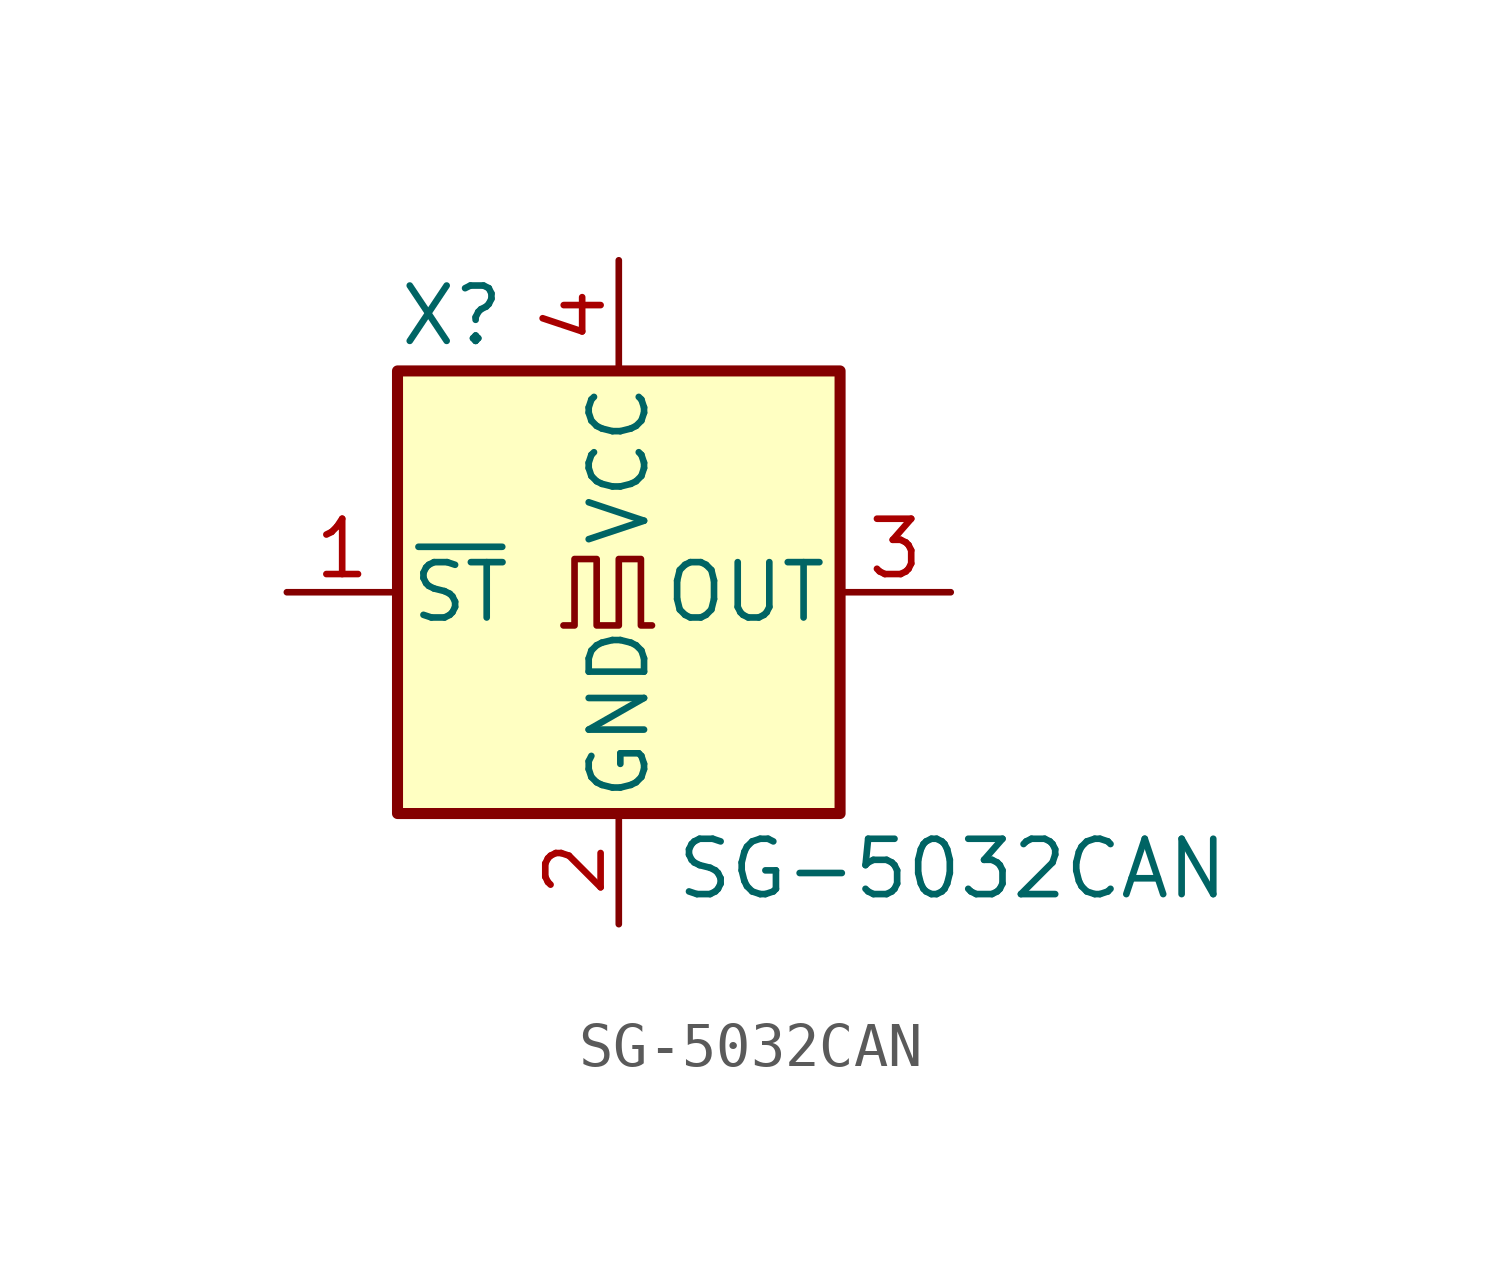
<source format=kicad_sym>
(kicad_symbol_lib
  (version 20231120)
  (generator "kicad_symbol_editor")
  (generator_version "8.0")
  (symbol "SG-5032CAN"
    (pin_names
      (offset 0.254))
    (property "Reference" "X"
      (at -5.08 6.35 0)
      (effects (font (size 1.27 1.27)) (justify left)))
    (property "Value" "SG-5032CAN"
      (at 1.27 -6.35 0)
      (effects (font (size 1.27 1.27)) (justify left)))
    (symbol "SG-5032CAN_0_1"
      (rectangle (start -5.08 5.08) (end 5.08 -5.08) (stroke (width 0.254) (type default)) (fill (type background)))
      (polyline (pts (xy -1.27 -0.762) (xy -1.016 -0.762) (xy -1.016 0.762) (xy -0.508 0.762) (xy -0.508 -0.762) (xy 0 -0.762) (xy 0 0.762) (xy 0.508 0.762) (xy 0.508 -0.762) (xy 0.762 -0.762)) (stroke (width 0) (type default)) (fill (type none))))
    (symbol "SG-5032CAN_1_1"
      (pin input line (at -7.62 0 0) (length 2.54) (name "~{ST}" (effects (font (size 1.27 1.27)))) (number "1" (effects (font (size 1.27 1.27)))))
      (pin power_in line (at 0 -7.62 90) (length 2.54) (name "GND" (effects (font (size 1.27 1.27)))) (number "2" (effects (font (size 1.27 1.27)))))
      (pin output line (at 7.62 0 180) (length 2.54) (name "OUT" (effects (font (size 1.27 1.27)))) (number "3" (effects (font (size 1.27 1.27)))))
      (pin power_in line (at 0 7.62 270) (length 2.54) (name "VCC" (effects (font (size 1.27 1.27)))) (number "4" (effects (font (size 1.27 1.27))))))))
</source>
